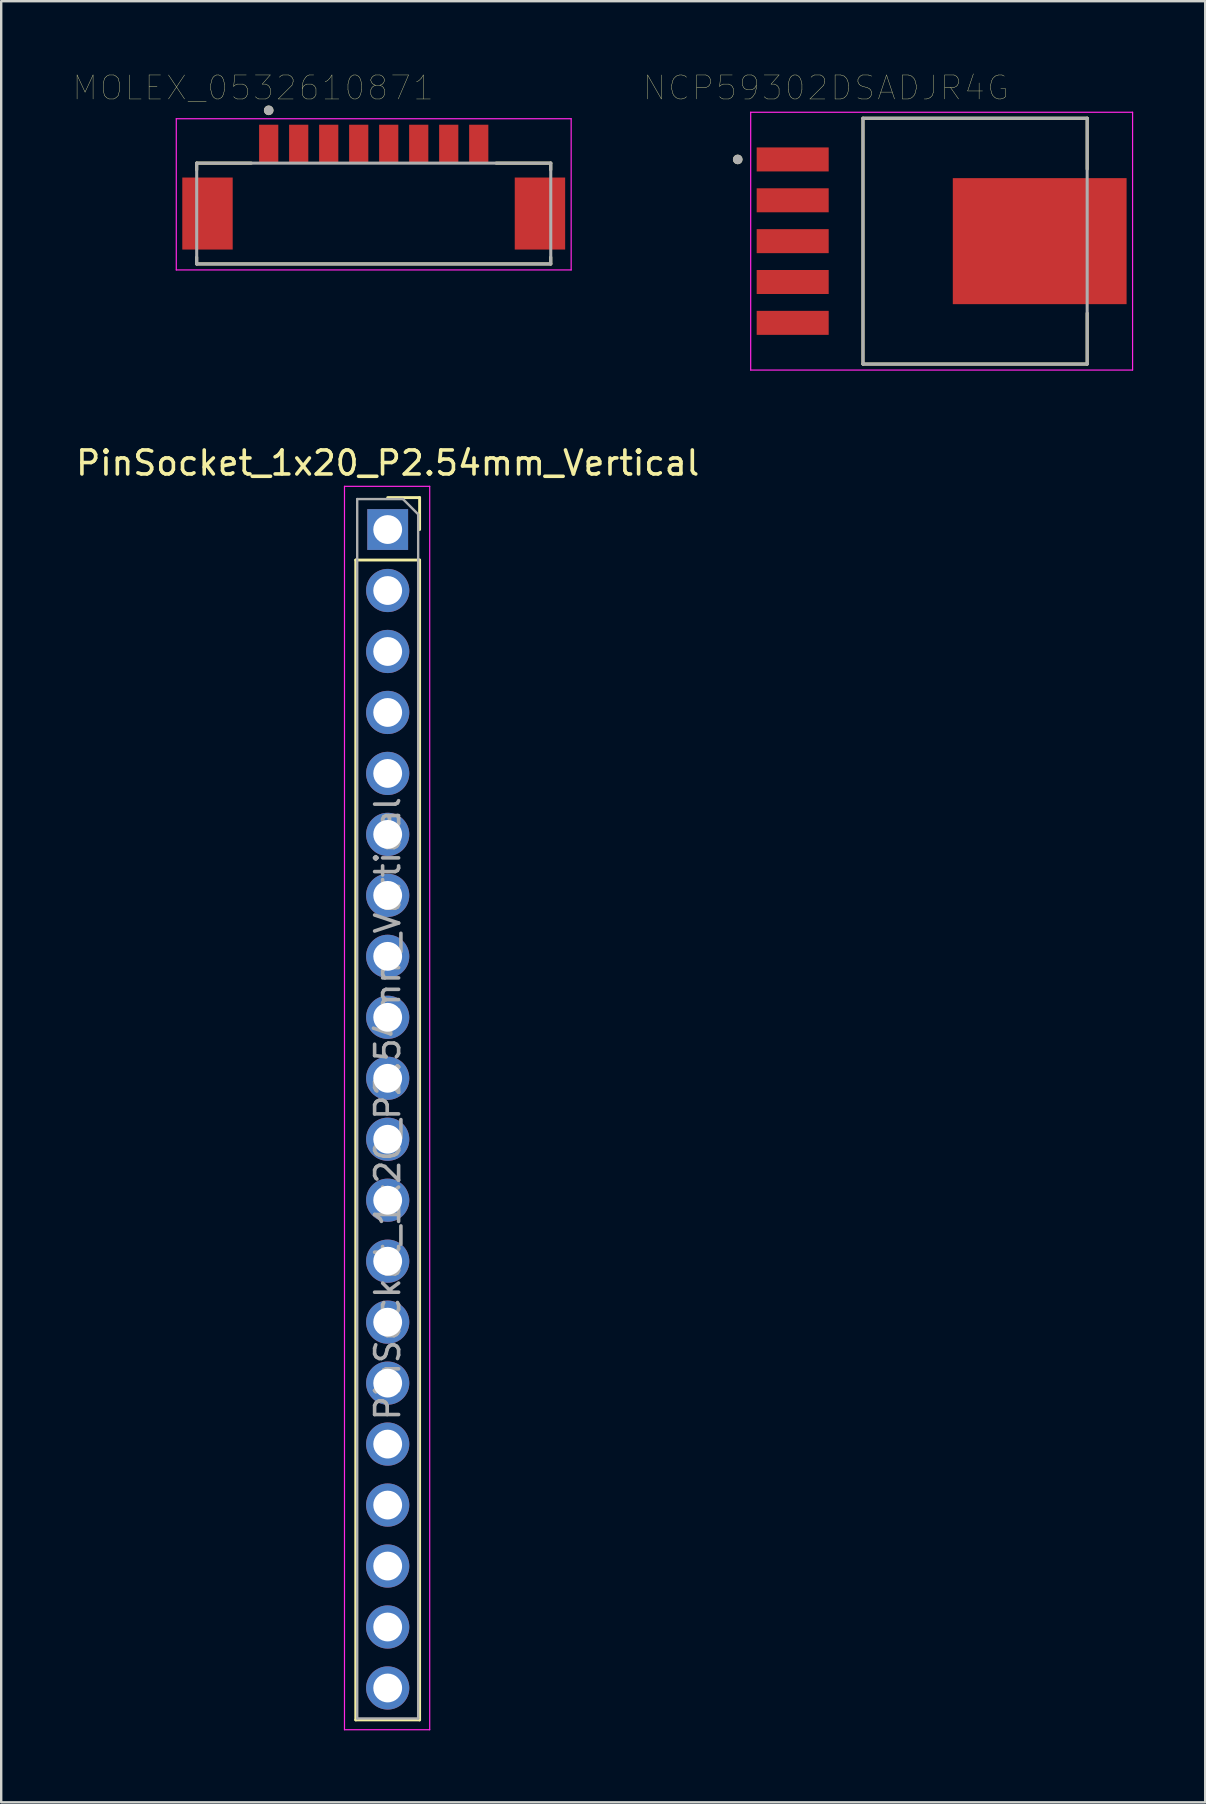
<source format=kicad_pcb>
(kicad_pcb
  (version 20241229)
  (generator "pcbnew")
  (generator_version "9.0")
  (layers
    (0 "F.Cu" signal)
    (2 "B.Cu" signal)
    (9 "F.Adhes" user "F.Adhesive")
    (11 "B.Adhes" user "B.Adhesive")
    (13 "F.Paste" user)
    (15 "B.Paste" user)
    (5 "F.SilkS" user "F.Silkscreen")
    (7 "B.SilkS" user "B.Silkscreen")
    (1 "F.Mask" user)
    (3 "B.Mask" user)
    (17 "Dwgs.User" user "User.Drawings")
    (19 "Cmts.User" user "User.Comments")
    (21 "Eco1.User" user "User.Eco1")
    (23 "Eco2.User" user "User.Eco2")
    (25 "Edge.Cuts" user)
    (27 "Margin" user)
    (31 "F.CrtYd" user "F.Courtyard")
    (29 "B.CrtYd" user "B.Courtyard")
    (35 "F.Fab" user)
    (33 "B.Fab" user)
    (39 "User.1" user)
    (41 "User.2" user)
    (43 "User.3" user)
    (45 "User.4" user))
  (footprint "NCP59302DSADJR4G"
    (layer "F.Cu")
    (at 36.183 6.996)
    (property "Reference" "NCP59302DSADJR4G" (at -4.825 -6.385 0) (layer "F.SilkS") (effects (font (size 1 1) (thickness 0.015))))
    (attr through_hole)
    (fp_line (start -3.282 -5.12) (end -3.282 5.12) (stroke (width 0.127) (type solid)) (layer "F.SilkS"))
    (fp_line (start -3.282 5.12) (end 6.058 5.12) (stroke (width 0.127) (type solid)) (layer "F.SilkS"))
    (fp_line (start 6.058 -5.12) (end -3.282 -5.12) (stroke (width 0.127) (type solid)) (layer "F.SilkS"))
    (fp_line (start 6.058 -3) (end 6.058 -5.12) (stroke (width 0.127) (type solid)) (layer "F.SilkS"))
    (fp_line (start 6.058 5.12) (end 6.058 3) (stroke (width 0.127) (type solid)) (layer "F.SilkS"))
    (fp_circle (center -8.5 -3.404) (end -8.4 -3.404) (stroke (width 0.2) (type solid)) (fill no) (layer "F.SilkS"))
    (fp_poly (pts (xy 0.72 -2.075) (xy 1.98 -2.075) (xy 1.98 -0.555) (xy 0.72 -0.555)) (stroke (width 0.01) (type solid)) (fill yes) (layer "F.Paste"))
    (fp_poly (pts (xy 0.72 0.555) (xy 1.98 0.555) (xy 1.98 2.075) (xy 0.72 2.075)) (stroke (width 0.01) (type solid)) (fill yes) (layer "F.Paste"))
    (fp_poly (pts (xy 2.54 -2.075) (xy 3.8 -2.075) (xy 3.8 -0.555) (xy 2.54 -0.555)) (stroke (width 0.01) (type solid)) (fill yes) (layer "F.Paste"))
    (fp_poly (pts (xy 2.54 0.555) (xy 3.8 0.555) (xy 3.8 2.075) (xy 2.54 2.075)) (stroke (width 0.01) (type solid)) (fill yes) (layer "F.Paste"))
    (fp_poly (pts (xy 4.36 -2.075) (xy 5.62 -2.075) (xy 5.62 -0.555) (xy 4.36 -0.555)) (stroke (width 0.01) (type solid)) (fill yes) (layer "F.Paste"))
    (fp_poly (pts (xy 4.36 0.555) (xy 5.62 0.555) (xy 5.62 2.075) (xy 4.36 2.075)) (stroke (width 0.01) (type solid)) (fill yes) (layer "F.Paste"))
    (fp_poly (pts (xy 6.18 -2.075) (xy 7.44 -2.075) (xy 7.44 -0.555) (xy 6.18 -0.555)) (stroke (width 0.01) (type solid)) (fill yes) (layer "F.Paste"))
    (fp_poly (pts (xy 6.18 0.555) (xy 7.44 0.555) (xy 7.44 2.075) (xy 6.18 2.075)) (stroke (width 0.01) (type solid)) (fill yes) (layer "F.Paste"))
    (fp_line (start -7.96 -5.37) (end 7.95 -5.37) (stroke (width 0.05) (type solid)) (layer "F.CrtYd"))
    (fp_line (start -7.96 5.37) (end -7.96 -5.37) (stroke (width 0.05) (type solid)) (layer "F.CrtYd"))
    (fp_line (start 7.95 -5.37) (end 7.95 5.37) (stroke (width 0.05) (type solid)) (layer "F.CrtYd"))
    (fp_line (start 7.95 5.37) (end -7.96 5.37) (stroke (width 0.05) (type solid)) (layer "F.CrtYd"))
    (fp_line (start -3.282 -5.12) (end 6.058 -5.12) (stroke (width 0.127) (type solid)) (layer "F.Fab"))
    (fp_line (start -3.282 5.12) (end -3.282 -5.12) (stroke (width 0.127) (type solid)) (layer "F.Fab"))
    (fp_line (start 6.058 -5.12) (end 6.058 5.12) (stroke (width 0.127) (type solid)) (layer "F.Fab"))
    (fp_line (start 6.058 5.12) (end -3.282 5.12) (stroke (width 0.127) (type solid)) (layer "F.Fab"))
    (fp_circle (center -8.5 -3.404) (end -8.4 -3.404) (stroke (width 0.2) (type solid)) (fill no) (layer "F.Fab"))
    (pad "1" smd rect (at -6.21 -3.404) (size 3 1) (layers "F.Cu" "F.Mask" "F.Paste"))
    (pad "2" smd rect (at -6.21 -1.702) (size 3 1) (layers "F.Cu" "F.Mask" "F.Paste"))
    (pad "3" smd rect (at -6.21 0) (size 3 1) (layers "F.Cu" "F.Mask" "F.Paste"))
    (pad "4" smd rect (at -6.21 1.702) (size 3 1) (layers "F.Cu" "F.Mask" "F.Paste"))
    (pad "5" smd rect (at -6.21 3.404) (size 3 1) (layers "F.Cu" "F.Mask" "F.Paste"))
    (pad "6" smd rect (at 4.08 0) (size 7.24 5.25) (layers "F.Cu" "F.Mask")))
  (footprint "PinSocket_1x20_P2.54mm_Vertical"
    (layer "F.Cu")
    (at 13.101 19.01)
    (property "Reference" "PinSocket_1x20_P2.54mm_Vertical" (at 0 -2.77 0) (layer "F.SilkS") (effects (font (size 1 1) (thickness 0.15))))
    (attr through_hole)
    (fp_line (start -1.33 1.27) (end -1.33 49.59) (stroke (width 0.12) (type solid)) (layer "F.SilkS"))
    (fp_line (start -1.33 1.27) (end 1.33 1.27) (stroke (width 0.12) (type solid)) (layer "F.SilkS"))
    (fp_line (start -1.33 49.59) (end 1.33 49.59) (stroke (width 0.12) (type solid)) (layer "F.SilkS"))
    (fp_line (start 0 -1.33) (end 1.33 -1.33) (stroke (width 0.12) (type solid)) (layer "F.SilkS"))
    (fp_line (start 1.33 -1.33) (end 1.33 0) (stroke (width 0.12) (type solid)) (layer "F.SilkS"))
    (fp_line (start 1.33 1.27) (end 1.33 49.59) (stroke (width 0.12) (type solid)) (layer "F.SilkS"))
    (fp_line (start -1.8 -1.8) (end 1.75 -1.8) (stroke (width 0.05) (type solid)) (layer "F.CrtYd"))
    (fp_line (start -1.8 50) (end -1.8 -1.8) (stroke (width 0.05) (type solid)) (layer "F.CrtYd"))
    (fp_line (start 1.75 -1.8) (end 1.75 50) (stroke (width 0.05) (type solid)) (layer "F.CrtYd"))
    (fp_line (start 1.75 50) (end -1.8 50) (stroke (width 0.05) (type solid)) (layer "F.CrtYd"))
    (fp_line (start -1.27 -1.27) (end 0.635 -1.27) (stroke (width 0.1) (type solid)) (layer "F.Fab"))
    (fp_line (start -1.27 49.53) (end -1.27 -1.27) (stroke (width 0.1) (type solid)) (layer "F.Fab"))
    (fp_line (start 0.635 -1.27) (end 1.27 -0.635) (stroke (width 0.1) (type solid)) (layer "F.Fab"))
    (fp_line (start 1.27 -0.635) (end 1.27 49.53) (stroke (width 0.1) (type solid)) (layer "F.Fab"))
    (fp_line (start 1.27 49.53) (end -1.27 49.53) (stroke (width 0.1) (type solid)) (layer "F.Fab"))
    (fp_text user "${REFERENCE}" (at 0 24.13 90) (layer "F.Fab") (effects (font (size 1 1) (thickness 0.15))))
    (pad "1" thru_hole rect (at 0 0) (size 1.7 1.7) (drill 1.2) (layers "*.Cu" "*.Mask"))
    (pad "2" thru_hole oval (at 0 2.54) (size 1.8 1.8) (drill 1.2) (layers "*.Cu" "*.Mask"))
    (pad "3" thru_hole oval (at 0 5.08) (size 1.8 1.8) (drill 1.2) (layers "*.Cu" "*.Mask"))
    (pad "4" thru_hole oval (at 0 7.62) (size 1.8 1.8) (drill 1.2) (layers "*.Cu" "*.Mask"))
    (pad "5" thru_hole oval (at 0 10.16) (size 1.8 1.8) (drill 1.2) (layers "*.Cu" "*.Mask"))
    (pad "6" thru_hole oval (at 0 12.7) (size 1.8 1.8) (drill 1.2) (layers "*.Cu" "*.Mask"))
    (pad "7" thru_hole oval (at 0 15.24) (size 1.8 1.8) (drill 1.2) (layers "*.Cu" "*.Mask"))
    (pad "8" thru_hole oval (at 0 17.78) (size 1.8 1.8) (drill 1.2) (layers "*.Cu" "*.Mask"))
    (pad "9" thru_hole oval (at 0 20.32) (size 1.8 1.8) (drill 1.2) (layers "*.Cu" "*.Mask"))
    (pad "10" thru_hole oval (at 0 22.86) (size 1.8 1.8) (drill 1.2) (layers "*.Cu" "*.Mask"))
    (pad "11" thru_hole oval (at 0 25.4) (size 1.8 1.8) (drill 1.2) (layers "*.Cu" "*.Mask"))
    (pad "12" thru_hole oval (at 0 27.94) (size 1.8 1.8) (drill 1.2) (layers "*.Cu" "*.Mask"))
    (pad "13" thru_hole oval (at 0 30.48) (size 1.8 1.8) (drill 1.2) (layers "*.Cu" "*.Mask"))
    (pad "14" thru_hole oval (at 0 33.02) (size 1.8 1.8) (drill 1.2) (layers "*.Cu" "*.Mask"))
    (pad "15" thru_hole oval (at 0 35.56) (size 1.8 1.8) (drill 1.2) (layers "*.Cu" "*.Mask"))
    (pad "16" thru_hole oval (at 0 38.1) (size 1.8 1.8) (drill 1.2) (layers "*.Cu" "*.Mask"))
    (pad "17" thru_hole oval (at 0 40.64) (size 1.8 1.8) (drill 1.2) (layers "*.Cu" "*.Mask"))
    (pad "18" thru_hole oval (at 0 43.18) (size 1.8 1.8) (drill 1.2) (layers "*.Cu" "*.Mask"))
    (pad "19" thru_hole oval (at 0 45.72) (size 1.8 1.8) (drill 1.2) (layers "*.Cu" "*.Mask"))
    (pad "20" thru_hole oval (at 0 48.26) (size 1.8 1.8) (drill 1.2) (layers "*.Cu" "*.Mask")))
  (footprint "MOLEX_0532610871"
    (layer "F.Cu")
    (at 12.519 5.846)
    (property "Reference" "MOLEX_0532610871" (at -5.025 -5.235 0) (layer "F.SilkS") (effects (font (size 1 1) (thickness 0.015))))
    (attr through_hole)
    (fp_line (start -7.375 -2.1) (end -5.1 -2.1) (stroke (width 0.127) (type solid)) (layer "F.SilkS"))
    (fp_line (start -7.375 -1.82) (end -7.375 -2.1) (stroke (width 0.127) (type solid)) (layer "F.SilkS"))
    (fp_line (start -7.375 1.82) (end -7.375 2.1) (stroke (width 0.127) (type solid)) (layer "F.SilkS"))
    (fp_line (start -7.375 2.1) (end 7.375 2.1) (stroke (width 0.127) (type solid)) (layer "F.SilkS"))
    (fp_line (start 5.1 -2.1) (end 7.375 -2.1) (stroke (width 0.127) (type solid)) (layer "F.SilkS"))
    (fp_line (start 7.375 -2.1) (end 7.375 -1.82) (stroke (width 0.127) (type solid)) (layer "F.SilkS"))
    (fp_line (start 7.375 2.1) (end 7.375 1.82) (stroke (width 0.127) (type solid)) (layer "F.SilkS"))
    (fp_circle (center -4.375 -4.3) (end -4.275 -4.3) (stroke (width 0.2) (type solid)) (fill no) (layer "F.SilkS"))
    (fp_line (start -8.225 -3.95) (end 8.225 -3.95) (stroke (width 0.05) (type solid)) (layer "F.CrtYd"))
    (fp_line (start -8.225 2.35) (end -8.225 -3.95) (stroke (width 0.05) (type solid)) (layer "F.CrtYd"))
    (fp_line (start 8.225 -3.95) (end 8.225 2.35) (stroke (width 0.05) (type solid)) (layer "F.CrtYd"))
    (fp_line (start 8.225 2.35) (end -8.225 2.35) (stroke (width 0.05) (type solid)) (layer "F.CrtYd"))
    (fp_line (start -7.375 -2.1) (end 7.375 -2.1) (stroke (width 0.127) (type solid)) (layer "F.Fab"))
    (fp_line (start -7.375 2.1) (end -7.375 -2.1) (stroke (width 0.127) (type solid)) (layer "F.Fab"))
    (fp_line (start 7.375 -2.1) (end 7.375 2.1) (stroke (width 0.127) (type solid)) (layer "F.Fab"))
    (fp_line (start 7.375 2.1) (end -7.375 2.1) (stroke (width 0.127) (type solid)) (layer "F.Fab"))
    (fp_circle (center -4.375 -4.3) (end -4.275 -4.3) (stroke (width 0.2) (type solid)) (fill no) (layer "F.Fab"))
    (pad "1" smd rect (at -4.375 -2.9) (size 0.8 1.6) (layers "F.Cu" "F.Mask" "F.Paste"))
    (pad "2" smd rect (at -3.125 -2.9) (size 0.8 1.6) (layers "F.Cu" "F.Mask" "F.Paste"))
    (pad "3" smd rect (at -1.875 -2.9) (size 0.8 1.6) (layers "F.Cu" "F.Mask" "F.Paste"))
    (pad "4" smd rect (at -0.625 -2.9) (size 0.8 1.6) (layers "F.Cu" "F.Mask" "F.Paste"))
    (pad "5" smd rect (at 0.625 -2.9) (size 0.8 1.6) (layers "F.Cu" "F.Mask" "F.Paste"))
    (pad "6" smd rect (at 1.875 -2.9) (size 0.8 1.6) (layers "F.Cu" "F.Mask" "F.Paste"))
    (pad "7" smd rect (at 3.125 -2.9) (size 0.8 1.6) (layers "F.Cu" "F.Mask" "F.Paste"))
    (pad "8" smd rect (at 4.375 -2.9) (size 0.8 1.6) (layers "F.Cu" "F.Mask" "F.Paste"))
    (pad "S1" smd rect (at -6.925 0) (size 2.1 3) (layers "F.Cu" "F.Mask" "F.Paste"))
    (pad "S2" smd rect (at 6.925 0) (size 2.1 3) (layers "F.Cu" "F.Mask" "F.Paste")))
  (gr_rect
    (start -3 -3)
    (end 47.158 72.035)
    (stroke (width 0.1) (type default))
    (fill no)
    (layer "Edge.Cuts")))
</source>
